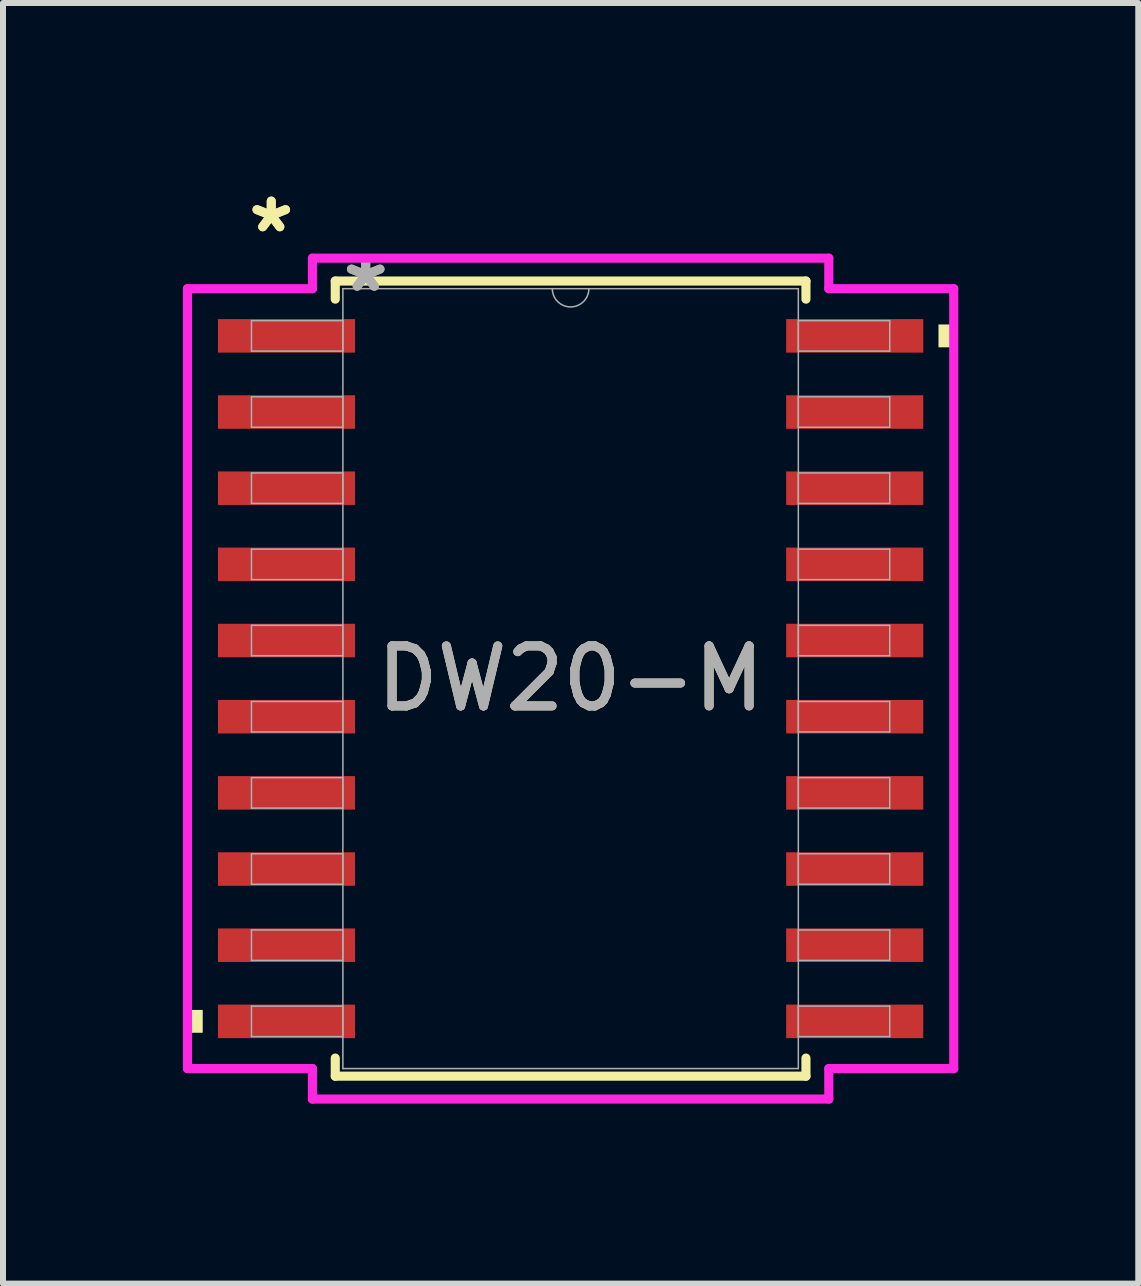
<source format=kicad_pcb>
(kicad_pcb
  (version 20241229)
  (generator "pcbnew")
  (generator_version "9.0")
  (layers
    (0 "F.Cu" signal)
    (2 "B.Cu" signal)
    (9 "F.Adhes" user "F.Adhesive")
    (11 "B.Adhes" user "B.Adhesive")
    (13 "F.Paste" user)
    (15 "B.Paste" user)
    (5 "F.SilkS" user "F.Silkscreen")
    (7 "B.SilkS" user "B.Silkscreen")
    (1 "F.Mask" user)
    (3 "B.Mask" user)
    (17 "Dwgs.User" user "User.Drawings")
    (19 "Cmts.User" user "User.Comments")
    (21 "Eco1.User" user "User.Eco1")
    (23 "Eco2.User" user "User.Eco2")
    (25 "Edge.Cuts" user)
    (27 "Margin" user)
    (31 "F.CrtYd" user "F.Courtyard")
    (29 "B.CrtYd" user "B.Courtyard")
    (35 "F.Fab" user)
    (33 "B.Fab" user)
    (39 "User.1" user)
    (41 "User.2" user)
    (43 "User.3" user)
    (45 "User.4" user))
  (footprint "DW20-M"
    (layer "F.Cu")
    (at 6.464 8.265)
    (property "Reference" "DW20-M" (at 0 0 0) (unlocked yes) (layer "F.SilkS") (effects (font (size 1 1) (thickness 0.15))))
    (attr smd)
    (fp_line (start -3.924 -6.629) (end -3.924 -6.327) (stroke (width 0.152) (type solid)) (layer "F.SilkS"))
    (fp_line (start -3.924 6.327) (end -3.924 6.629) (stroke (width 0.152) (type solid)) (layer "F.SilkS"))
    (fp_line (start -3.924 6.629) (end 3.924 6.629) (stroke (width 0.152) (type solid)) (layer "F.SilkS"))
    (fp_line (start 3.924 -6.629) (end -3.924 -6.629) (stroke (width 0.152) (type solid)) (layer "F.SilkS"))
    (fp_line (start 3.924 -6.327) (end 3.924 -6.629) (stroke (width 0.152) (type solid)) (layer "F.SilkS"))
    (fp_line (start 3.924 6.629) (end 3.924 6.327) (stroke (width 0.152) (type solid)) (layer "F.SilkS"))
    (fp_poly (pts (xy -6.388 5.524) (xy -6.388 5.905) (xy -6.134 5.905) (xy -6.134 5.524)) (stroke (width 0) (type solid)) (fill yes) (layer "F.SilkS"))
    (fp_poly (pts (xy 6.388 -5.905) (xy 6.388 -5.524) (xy 6.134 -5.524) (xy 6.134 -5.905)) (stroke (width 0) (type solid)) (fill yes) (layer "F.SilkS"))
    (fp_line (start -6.388 -6.502) (end -4.305 -6.502) (stroke (width 0.152) (type solid)) (layer "F.CrtYd"))
    (fp_line (start -6.388 6.502) (end -6.388 -6.502) (stroke (width 0.152) (type solid)) (layer "F.CrtYd"))
    (fp_line (start -6.388 6.502) (end -4.305 6.502) (stroke (width 0.152) (type solid)) (layer "F.CrtYd"))
    (fp_line (start -4.305 -7.01) (end 4.305 -7.01) (stroke (width 0.152) (type solid)) (layer "F.CrtYd"))
    (fp_line (start -4.305 -6.502) (end -4.305 -7.01) (stroke (width 0.152) (type solid)) (layer "F.CrtYd"))
    (fp_line (start -4.305 7.01) (end -4.305 6.502) (stroke (width 0.152) (type solid)) (layer "F.CrtYd"))
    (fp_line (start 4.305 -7.01) (end 4.305 -6.502) (stroke (width 0.152) (type solid)) (layer "F.CrtYd"))
    (fp_line (start 4.305 6.502) (end 4.305 7.01) (stroke (width 0.152) (type solid)) (layer "F.CrtYd"))
    (fp_line (start 4.305 7.01) (end -4.305 7.01) (stroke (width 0.152) (type solid)) (layer "F.CrtYd"))
    (fp_line (start 6.388 -6.502) (end 4.305 -6.502) (stroke (width 0.152) (type solid)) (layer "F.CrtYd"))
    (fp_line (start 6.388 -6.502) (end 6.388 6.502) (stroke (width 0.152) (type solid)) (layer "F.CrtYd"))
    (fp_line (start 6.388 6.502) (end 4.305 6.502) (stroke (width 0.152) (type solid)) (layer "F.CrtYd"))
    (fp_line (start -5.321 -5.969) (end -5.321 -5.461) (stroke (width 0.025) (type solid)) (layer "F.Fab"))
    (fp_line (start -5.321 -5.461) (end -3.797 -5.461) (stroke (width 0.025) (type solid)) (layer "F.Fab"))
    (fp_line (start -5.321 -4.699) (end -5.321 -4.191) (stroke (width 0.025) (type solid)) (layer "F.Fab"))
    (fp_line (start -5.321 -4.191) (end -3.797 -4.191) (stroke (width 0.025) (type solid)) (layer "F.Fab"))
    (fp_line (start -5.321 -3.429) (end -5.321 -2.921) (stroke (width 0.025) (type solid)) (layer "F.Fab"))
    (fp_line (start -5.321 -2.921) (end -3.797 -2.921) (stroke (width 0.025) (type solid)) (layer "F.Fab"))
    (fp_line (start -5.321 -2.159) (end -5.321 -1.651) (stroke (width 0.025) (type solid)) (layer "F.Fab"))
    (fp_line (start -5.321 -1.651) (end -3.797 -1.651) (stroke (width 0.025) (type solid)) (layer "F.Fab"))
    (fp_line (start -5.321 -0.889) (end -5.321 -0.381) (stroke (width 0.025) (type solid)) (layer "F.Fab"))
    (fp_line (start -5.321 -0.381) (end -3.797 -0.381) (stroke (width 0.025) (type solid)) (layer "F.Fab"))
    (fp_line (start -5.321 0.381) (end -5.321 0.889) (stroke (width 0.025) (type solid)) (layer "F.Fab"))
    (fp_line (start -5.321 0.889) (end -3.797 0.889) (stroke (width 0.025) (type solid)) (layer "F.Fab"))
    (fp_line (start -5.321 1.651) (end -5.321 2.159) (stroke (width 0.025) (type solid)) (layer "F.Fab"))
    (fp_line (start -5.321 2.159) (end -3.797 2.159) (stroke (width 0.025) (type solid)) (layer "F.Fab"))
    (fp_line (start -5.321 2.921) (end -5.321 3.429) (stroke (width 0.025) (type solid)) (layer "F.Fab"))
    (fp_line (start -5.321 3.429) (end -3.797 3.429) (stroke (width 0.025) (type solid)) (layer "F.Fab"))
    (fp_line (start -5.321 4.191) (end -5.321 4.699) (stroke (width 0.025) (type solid)) (layer "F.Fab"))
    (fp_line (start -5.321 4.699) (end -3.797 4.699) (stroke (width 0.025) (type solid)) (layer "F.Fab"))
    (fp_line (start -5.321 5.461) (end -5.321 5.969) (stroke (width 0.025) (type solid)) (layer "F.Fab"))
    (fp_line (start -5.321 5.969) (end -3.797 5.969) (stroke (width 0.025) (type solid)) (layer "F.Fab"))
    (fp_line (start -3.797 -6.502) (end -3.797 6.502) (stroke (width 0.025) (type solid)) (layer "F.Fab"))
    (fp_line (start -3.797 -5.969) (end -5.321 -5.969) (stroke (width 0.025) (type solid)) (layer "F.Fab"))
    (fp_line (start -3.797 -5.461) (end -3.797 -5.969) (stroke (width 0.025) (type solid)) (layer "F.Fab"))
    (fp_line (start -3.797 -4.699) (end -5.321 -4.699) (stroke (width 0.025) (type solid)) (layer "F.Fab"))
    (fp_line (start -3.797 -4.191) (end -3.797 -4.699) (stroke (width 0.025) (type solid)) (layer "F.Fab"))
    (fp_line (start -3.797 -3.429) (end -5.321 -3.429) (stroke (width 0.025) (type solid)) (layer "F.Fab"))
    (fp_line (start -3.797 -2.921) (end -3.797 -3.429) (stroke (width 0.025) (type solid)) (layer "F.Fab"))
    (fp_line (start -3.797 -2.159) (end -5.321 -2.159) (stroke (width 0.025) (type solid)) (layer "F.Fab"))
    (fp_line (start -3.797 -1.651) (end -3.797 -2.159) (stroke (width 0.025) (type solid)) (layer "F.Fab"))
    (fp_line (start -3.797 -0.889) (end -5.321 -0.889) (stroke (width 0.025) (type solid)) (layer "F.Fab"))
    (fp_line (start -3.797 -0.381) (end -3.797 -0.889) (stroke (width 0.025) (type solid)) (layer "F.Fab"))
    (fp_line (start -3.797 0.381) (end -5.321 0.381) (stroke (width 0.025) (type solid)) (layer "F.Fab"))
    (fp_line (start -3.797 0.889) (end -3.797 0.381) (stroke (width 0.025) (type solid)) (layer "F.Fab"))
    (fp_line (start -3.797 1.651) (end -5.321 1.651) (stroke (width 0.025) (type solid)) (layer "F.Fab"))
    (fp_line (start -3.797 2.159) (end -3.797 1.651) (stroke (width 0.025) (type solid)) (layer "F.Fab"))
    (fp_line (start -3.797 2.921) (end -5.321 2.921) (stroke (width 0.025) (type solid)) (layer "F.Fab"))
    (fp_line (start -3.797 3.429) (end -3.797 2.921) (stroke (width 0.025) (type solid)) (layer "F.Fab"))
    (fp_line (start -3.797 4.191) (end -5.321 4.191) (stroke (width 0.025) (type solid)) (layer "F.Fab"))
    (fp_line (start -3.797 4.699) (end -3.797 4.191) (stroke (width 0.025) (type solid)) (layer "F.Fab"))
    (fp_line (start -3.797 5.461) (end -5.321 5.461) (stroke (width 0.025) (type solid)) (layer "F.Fab"))
    (fp_line (start -3.797 5.969) (end -3.797 5.461) (stroke (width 0.025) (type solid)) (layer "F.Fab"))
    (fp_line (start -3.797 6.502) (end 3.797 6.502) (stroke (width 0.025) (type solid)) (layer "F.Fab"))
    (fp_line (start 3.797 -6.502) (end -3.797 -6.502) (stroke (width 0.025) (type solid)) (layer "F.Fab"))
    (fp_line (start 3.797 -5.969) (end 3.797 -5.461) (stroke (width 0.025) (type solid)) (layer "F.Fab"))
    (fp_line (start 3.797 -5.461) (end 5.321 -5.461) (stroke (width 0.025) (type solid)) (layer "F.Fab"))
    (fp_line (start 3.797 -4.699) (end 3.797 -4.191) (stroke (width 0.025) (type solid)) (layer "F.Fab"))
    (fp_line (start 3.797 -4.191) (end 5.321 -4.191) (stroke (width 0.025) (type solid)) (layer "F.Fab"))
    (fp_line (start 3.797 -3.429) (end 3.797 -2.921) (stroke (width 0.025) (type solid)) (layer "F.Fab"))
    (fp_line (start 3.797 -2.921) (end 5.321 -2.921) (stroke (width 0.025) (type solid)) (layer "F.Fab"))
    (fp_line (start 3.797 -2.159) (end 3.797 -1.651) (stroke (width 0.025) (type solid)) (layer "F.Fab"))
    (fp_line (start 3.797 -1.651) (end 5.321 -1.651) (stroke (width 0.025) (type solid)) (layer "F.Fab"))
    (fp_line (start 3.797 -0.889) (end 3.797 -0.381) (stroke (width 0.025) (type solid)) (layer "F.Fab"))
    (fp_line (start 3.797 -0.381) (end 5.321 -0.381) (stroke (width 0.025) (type solid)) (layer "F.Fab"))
    (fp_line (start 3.797 0.381) (end 3.797 0.889) (stroke (width 0.025) (type solid)) (layer "F.Fab"))
    (fp_line (start 3.797 0.889) (end 5.321 0.889) (stroke (width 0.025) (type solid)) (layer "F.Fab"))
    (fp_line (start 3.797 1.651) (end 3.797 2.159) (stroke (width 0.025) (type solid)) (layer "F.Fab"))
    (fp_line (start 3.797 2.159) (end 5.321 2.159) (stroke (width 0.025) (type solid)) (layer "F.Fab"))
    (fp_line (start 3.797 2.921) (end 3.797 3.429) (stroke (width 0.025) (type solid)) (layer "F.Fab"))
    (fp_line (start 3.797 3.429) (end 5.321 3.429) (stroke (width 0.025) (type solid)) (layer "F.Fab"))
    (fp_line (start 3.797 4.191) (end 3.797 4.699) (stroke (width 0.025) (type solid)) (layer "F.Fab"))
    (fp_line (start 3.797 4.699) (end 5.321 4.699) (stroke (width 0.025) (type solid)) (layer "F.Fab"))
    (fp_line (start 3.797 5.461) (end 3.797 5.969) (stroke (width 0.025) (type solid)) (layer "F.Fab"))
    (fp_line (start 3.797 5.969) (end 5.321 5.969) (stroke (width 0.025) (type solid)) (layer "F.Fab"))
    (fp_line (start 3.797 6.502) (end 3.797 -6.502) (stroke (width 0.025) (type solid)) (layer "F.Fab"))
    (fp_line (start 5.321 -5.969) (end 3.797 -5.969) (stroke (width 0.025) (type solid)) (layer "F.Fab"))
    (fp_line (start 5.321 -5.461) (end 5.321 -5.969) (stroke (width 0.025) (type solid)) (layer "F.Fab"))
    (fp_line (start 5.321 -4.699) (end 3.797 -4.699) (stroke (width 0.025) (type solid)) (layer "F.Fab"))
    (fp_line (start 5.321 -4.191) (end 5.321 -4.699) (stroke (width 0.025) (type solid)) (layer "F.Fab"))
    (fp_line (start 5.321 -3.429) (end 3.797 -3.429) (stroke (width 0.025) (type solid)) (layer "F.Fab"))
    (fp_line (start 5.321 -2.921) (end 5.321 -3.429) (stroke (width 0.025) (type solid)) (layer "F.Fab"))
    (fp_line (start 5.321 -2.159) (end 3.797 -2.159) (stroke (width 0.025) (type solid)) (layer "F.Fab"))
    (fp_line (start 5.321 -1.651) (end 5.321 -2.159) (stroke (width 0.025) (type solid)) (layer "F.Fab"))
    (fp_line (start 5.321 -0.889) (end 3.797 -0.889) (stroke (width 0.025) (type solid)) (layer "F.Fab"))
    (fp_line (start 5.321 -0.381) (end 5.321 -0.889) (stroke (width 0.025) (type solid)) (layer "F.Fab"))
    (fp_line (start 5.321 0.381) (end 3.797 0.381) (stroke (width 0.025) (type solid)) (layer "F.Fab"))
    (fp_line (start 5.321 0.889) (end 5.321 0.381) (stroke (width 0.025) (type solid)) (layer "F.Fab"))
    (fp_line (start 5.321 1.651) (end 3.797 1.651) (stroke (width 0.025) (type solid)) (layer "F.Fab"))
    (fp_line (start 5.321 2.159) (end 5.321 1.651) (stroke (width 0.025) (type solid)) (layer "F.Fab"))
    (fp_line (start 5.321 2.921) (end 3.797 2.921) (stroke (width 0.025) (type solid)) (layer "F.Fab"))
    (fp_line (start 5.321 3.429) (end 5.321 2.921) (stroke (width 0.025) (type solid)) (layer "F.Fab"))
    (fp_line (start 5.321 4.191) (end 3.797 4.191) (stroke (width 0.025) (type solid)) (layer "F.Fab"))
    (fp_line (start 5.321 4.699) (end 5.321 4.191) (stroke (width 0.025) (type solid)) (layer "F.Fab"))
    (fp_line (start 5.321 5.461) (end 3.797 5.461) (stroke (width 0.025) (type solid)) (layer "F.Fab"))
    (fp_line (start 5.321 5.969) (end 5.321 5.461) (stroke (width 0.025) (type solid)) (layer "F.Fab"))
    (fp_arc (start 0.3048 -6.5024) (mid 0 -6.1976) (end -0.3048 -6.5024) (stroke (width 0.0254) (type solid)) (layer "F.Fab"))
    (fp_text user "*" (at -4.991 -7.417 0) (layer "F.SilkS") (effects (font (size 1 1) (thickness 0.15))))
    (fp_text user "*" (at -4.991 -7.417 0) (unlocked yes) (layer "F.SilkS") (effects (font (size 1 1) (thickness 0.15))))
    (fp_text user "*" (at -3.416 -6.426 0) (unlocked yes) (layer "F.Fab") (effects (font (size 1 1) (thickness 0.15))))
    (fp_text user "*" (at -3.416 -6.426 0) (layer "F.Fab") (effects (font (size 1 1) (thickness 0.15))))
    (fp_text user "${REFERENCE}" (at 0 0 0) (unlocked yes) (layer "F.Fab") (effects (font (size 1 1) (thickness 0.15))))
    (pad "1" smd rect (at -4.737 -5.715) (size 2.286 0.559) (layers "F.Cu" "F.Mask" "F.Paste"))
    (pad "2" smd rect (at -4.737 -4.445) (size 2.286 0.559) (layers "F.Cu" "F.Mask" "F.Paste"))
    (pad "3" smd rect (at -4.737 -3.175) (size 2.286 0.559) (layers "F.Cu" "F.Mask" "F.Paste"))
    (pad "4" smd rect (at -4.737 -1.905) (size 2.286 0.559) (layers "F.Cu" "F.Mask" "F.Paste"))
    (pad "5" smd rect (at -4.737 -0.635) (size 2.286 0.559) (layers "F.Cu" "F.Mask" "F.Paste"))
    (pad "6" smd rect (at -4.737 0.635) (size 2.286 0.559) (layers "F.Cu" "F.Mask" "F.Paste"))
    (pad "7" smd rect (at -4.737 1.905) (size 2.286 0.559) (layers "F.Cu" "F.Mask" "F.Paste"))
    (pad "8" smd rect (at -4.737 3.175) (size 2.286 0.559) (layers "F.Cu" "F.Mask" "F.Paste"))
    (pad "9" smd rect (at -4.737 4.445) (size 2.286 0.559) (layers "F.Cu" "F.Mask" "F.Paste"))
    (pad "10" smd rect (at -4.737 5.715) (size 2.286 0.559) (layers "F.Cu" "F.Mask" "F.Paste"))
    (pad "11" smd rect (at 4.737 5.715) (size 2.286 0.559) (layers "F.Cu" "F.Mask" "F.Paste"))
    (pad "12" smd rect (at 4.737 4.445) (size 2.286 0.559) (layers "F.Cu" "F.Mask" "F.Paste"))
    (pad "13" smd rect (at 4.737 3.175) (size 2.286 0.559) (layers "F.Cu" "F.Mask" "F.Paste"))
    (pad "14" smd rect (at 4.737 1.905) (size 2.286 0.559) (layers "F.Cu" "F.Mask" "F.Paste"))
    (pad "15" smd rect (at 4.737 0.635) (size 2.286 0.559) (layers "F.Cu" "F.Mask" "F.Paste"))
    (pad "16" smd rect (at 4.737 -0.635) (size 2.286 0.559) (layers "F.Cu" "F.Mask" "F.Paste"))
    (pad "17" smd rect (at 4.737 -1.905) (size 2.286 0.559) (layers "F.Cu" "F.Mask" "F.Paste"))
    (pad "18" smd rect (at 4.737 -3.175) (size 2.286 0.559) (layers "F.Cu" "F.Mask" "F.Paste"))
    (pad "19" smd rect (at 4.737 -4.445) (size 2.286 0.559) (layers "F.Cu" "F.Mask" "F.Paste"))
    (pad "20" smd rect (at 4.737 -5.715) (size 2.286 0.559) (layers "F.Cu" "F.Mask" "F.Paste")))
  (gr_rect
    (start -3 -3)
    (end 15.929 18.352)
    (stroke (width 0.1) (type default))
    (fill no)
    (layer "Edge.Cuts")))
</source>
